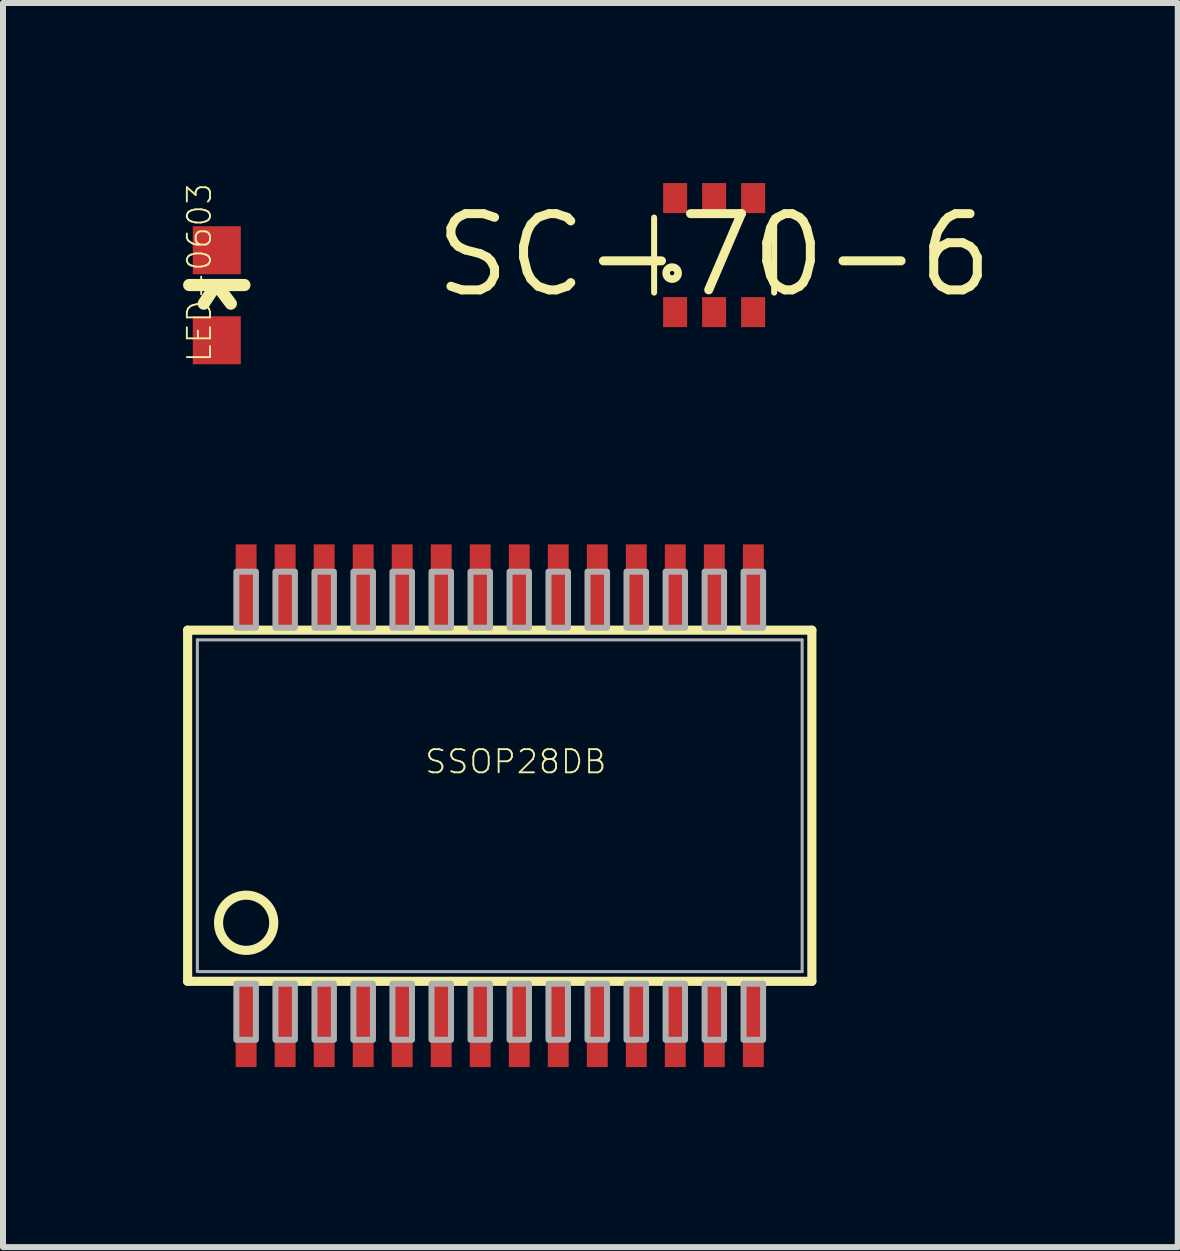
<source format=kicad_pcb>
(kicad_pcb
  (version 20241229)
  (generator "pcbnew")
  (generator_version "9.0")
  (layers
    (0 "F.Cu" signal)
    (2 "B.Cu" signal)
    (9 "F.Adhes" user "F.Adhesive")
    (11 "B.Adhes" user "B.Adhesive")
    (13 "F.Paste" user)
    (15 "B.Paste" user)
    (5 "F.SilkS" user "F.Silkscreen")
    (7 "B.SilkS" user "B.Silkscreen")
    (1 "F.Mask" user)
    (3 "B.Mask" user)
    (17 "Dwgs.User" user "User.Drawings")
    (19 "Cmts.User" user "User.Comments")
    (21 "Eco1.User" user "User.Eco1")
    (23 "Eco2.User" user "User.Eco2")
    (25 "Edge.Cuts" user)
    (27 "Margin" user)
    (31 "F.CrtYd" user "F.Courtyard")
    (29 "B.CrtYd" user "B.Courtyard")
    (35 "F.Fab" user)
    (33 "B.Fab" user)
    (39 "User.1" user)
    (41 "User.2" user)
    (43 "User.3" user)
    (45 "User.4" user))
  (footprint "SSOP28DB"
    (layer "F.Cu")
    (at 5.276 10.374)
    (property "Reference" "SSOP28DB" (at -1.27 -0.508 0) (layer "F.SilkS") (effects (font (size 0.386 0.386) (thickness 0.031)) (justify left bottom)))
    (attr through_hole)
    (fp_line (start -5.2 -2.925) (end 5.2 -2.925) (stroke (width 0.152) (type solid)) (layer "F.SilkS"))
    (fp_line (start -5.2 2.925) (end -5.2 -2.925) (stroke (width 0.152) (type solid)) (layer "F.SilkS"))
    (fp_line (start 5.2 -2.925) (end 5.2 2.925) (stroke (width 0.152) (type solid)) (layer "F.SilkS"))
    (fp_line (start 5.2 2.925) (end -5.2 2.925) (stroke (width 0.152) (type solid)) (layer "F.SilkS"))
    (fp_circle (center -4.225 1.95) (end -3.765 1.95) (stroke (width 0.152) (type solid)) (fill no) (layer "F.SilkS"))
    (fp_line (start -5.038 -2.763) (end 5.038 -2.763) (stroke (width 0.051) (type solid)) (layer "F.Fab"))
    (fp_line (start -5.038 2.763) (end -5.038 -2.763) (stroke (width 0.051) (type solid)) (layer "F.Fab"))
    (fp_line (start 5.038 -2.763) (end 5.038 2.763) (stroke (width 0.051) (type solid)) (layer "F.Fab"))
    (fp_line (start 5.038 2.763) (end -5.038 2.763) (stroke (width 0.051) (type solid)) (layer "F.Fab"))
    (fp_poly (pts (xy -4.388 -2.966) (xy -4.062 -2.966) (xy -4.062 -3.9) (xy -4.388 -3.9)) (stroke (width 0.1) (type solid)) (fill no) (layer "F.Fab"))
    (fp_poly (pts (xy -4.388 3.9) (xy -4.062 3.9) (xy -4.062 2.966) (xy -4.388 2.966)) (stroke (width 0.1) (type solid)) (fill no) (layer "F.Fab"))
    (fp_poly (pts (xy -3.737 -2.966) (xy -3.413 -2.966) (xy -3.413 -3.9) (xy -3.737 -3.9)) (stroke (width 0.1) (type solid)) (fill no) (layer "F.Fab"))
    (fp_poly (pts (xy -3.737 3.9) (xy -3.413 3.9) (xy -3.413 2.966) (xy -3.737 2.966)) (stroke (width 0.1) (type solid)) (fill no) (layer "F.Fab"))
    (fp_poly (pts (xy -3.087 -2.966) (xy -2.763 -2.966) (xy -2.763 -3.9) (xy -3.087 -3.9)) (stroke (width 0.1) (type solid)) (fill no) (layer "F.Fab"))
    (fp_poly (pts (xy -3.087 3.9) (xy -2.763 3.9) (xy -2.763 2.966) (xy -3.087 2.966)) (stroke (width 0.1) (type solid)) (fill no) (layer "F.Fab"))
    (fp_poly (pts (xy -2.438 -2.966) (xy -2.112 -2.966) (xy -2.112 -3.9) (xy -2.438 -3.9)) (stroke (width 0.1) (type solid)) (fill no) (layer "F.Fab"))
    (fp_poly (pts (xy -2.438 3.9) (xy -2.112 3.9) (xy -2.112 2.966) (xy -2.438 2.966)) (stroke (width 0.1) (type solid)) (fill no) (layer "F.Fab"))
    (fp_poly (pts (xy -1.788 -2.966) (xy -1.462 -2.966) (xy -1.462 -3.9) (xy -1.788 -3.9)) (stroke (width 0.1) (type solid)) (fill no) (layer "F.Fab"))
    (fp_poly (pts (xy -1.788 3.9) (xy -1.462 3.9) (xy -1.462 2.966) (xy -1.788 2.966)) (stroke (width 0.1) (type solid)) (fill no) (layer "F.Fab"))
    (fp_poly (pts (xy -1.137 -2.966) (xy -0.812 -2.966) (xy -0.812 -3.9) (xy -1.137 -3.9)) (stroke (width 0.1) (type solid)) (fill no) (layer "F.Fab"))
    (fp_poly (pts (xy -1.137 3.9) (xy -0.812 3.9) (xy -0.812 2.966) (xy -1.137 2.966)) (stroke (width 0.1) (type solid)) (fill no) (layer "F.Fab"))
    (fp_poly (pts (xy -0.487 -2.966) (xy -0.163 -2.966) (xy -0.163 -3.9) (xy -0.487 -3.9)) (stroke (width 0.1) (type solid)) (fill no) (layer "F.Fab"))
    (fp_poly (pts (xy -0.487 3.9) (xy -0.163 3.9) (xy -0.163 2.966) (xy -0.487 2.966)) (stroke (width 0.1) (type solid)) (fill no) (layer "F.Fab"))
    (fp_poly (pts (xy 0.163 -2.966) (xy 0.487 -2.966) (xy 0.487 -3.9) (xy 0.163 -3.9)) (stroke (width 0.1) (type solid)) (fill no) (layer "F.Fab"))
    (fp_poly (pts (xy 0.163 3.9) (xy 0.487 3.9) (xy 0.487 2.966) (xy 0.163 2.966)) (stroke (width 0.1) (type solid)) (fill no) (layer "F.Fab"))
    (fp_poly (pts (xy 0.812 -2.966) (xy 1.137 -2.966) (xy 1.137 -3.9) (xy 0.812 -3.9)) (stroke (width 0.1) (type solid)) (fill no) (layer "F.Fab"))
    (fp_poly (pts (xy 0.812 3.9) (xy 1.137 3.9) (xy 1.137 2.966) (xy 0.812 2.966)) (stroke (width 0.1) (type solid)) (fill no) (layer "F.Fab"))
    (fp_poly (pts (xy 1.462 -2.966) (xy 1.788 -2.966) (xy 1.788 -3.9) (xy 1.462 -3.9)) (stroke (width 0.1) (type solid)) (fill no) (layer "F.Fab"))
    (fp_poly (pts (xy 1.462 3.9) (xy 1.788 3.9) (xy 1.788 2.966) (xy 1.462 2.966)) (stroke (width 0.1) (type solid)) (fill no) (layer "F.Fab"))
    (fp_poly (pts (xy 2.112 -2.966) (xy 2.438 -2.966) (xy 2.438 -3.9) (xy 2.112 -3.9)) (stroke (width 0.1) (type solid)) (fill no) (layer "F.Fab"))
    (fp_poly (pts (xy 2.112 3.9) (xy 2.438 3.9) (xy 2.438 2.966) (xy 2.112 2.966)) (stroke (width 0.1) (type solid)) (fill no) (layer "F.Fab"))
    (fp_poly (pts (xy 2.763 -2.966) (xy 3.087 -2.966) (xy 3.087 -3.9) (xy 2.763 -3.9)) (stroke (width 0.1) (type solid)) (fill no) (layer "F.Fab"))
    (fp_poly (pts (xy 2.763 3.9) (xy 3.087 3.9) (xy 3.087 2.966) (xy 2.763 2.966)) (stroke (width 0.1) (type solid)) (fill no) (layer "F.Fab"))
    (fp_poly (pts (xy 3.413 -2.966) (xy 3.737 -2.966) (xy 3.737 -3.9) (xy 3.413 -3.9)) (stroke (width 0.1) (type solid)) (fill no) (layer "F.Fab"))
    (fp_poly (pts (xy 3.413 3.9) (xy 3.737 3.9) (xy 3.737 2.966) (xy 3.413 2.966)) (stroke (width 0.1) (type solid)) (fill no) (layer "F.Fab"))
    (fp_poly (pts (xy 4.062 -2.966) (xy 4.388 -2.966) (xy 4.388 -3.9) (xy 4.062 -3.9)) (stroke (width 0.1) (type solid)) (fill no) (layer "F.Fab"))
    (fp_poly (pts (xy 4.062 3.9) (xy 4.388 3.9) (xy 4.388 2.966) (xy 4.062 2.966)) (stroke (width 0.1) (type solid)) (fill no) (layer "F.Fab"))
    (pad "1" smd rect (at -4.225 3.656) (size 0.348 1.397) (layers "F.Cu" "F.Mask" "F.Paste"))
    (pad "2" smd rect (at -3.575 3.656) (size 0.348 1.397) (layers "F.Cu" "F.Mask" "F.Paste"))
    (pad "3" smd rect (at -2.925 3.656) (size 0.348 1.397) (layers "F.Cu" "F.Mask" "F.Paste"))
    (pad "4" smd rect (at -2.275 3.656) (size 0.348 1.397) (layers "F.Cu" "F.Mask" "F.Paste"))
    (pad "5" smd rect (at -1.625 3.656) (size 0.348 1.397) (layers "F.Cu" "F.Mask" "F.Paste"))
    (pad "6" smd rect (at -0.975 3.656) (size 0.348 1.397) (layers "F.Cu" "F.Mask" "F.Paste"))
    (pad "7" smd rect (at -0.325 3.656) (size 0.348 1.397) (layers "F.Cu" "F.Mask" "F.Paste"))
    (pad "8" smd rect (at 0.325 3.656) (size 0.348 1.397) (layers "F.Cu" "F.Mask" "F.Paste"))
    (pad "9" smd rect (at 0.975 3.656) (size 0.348 1.397) (layers "F.Cu" "F.Mask" "F.Paste"))
    (pad "10" smd rect (at 1.625 3.656) (size 0.348 1.397) (layers "F.Cu" "F.Mask" "F.Paste"))
    (pad "11" smd rect (at 2.275 3.656) (size 0.348 1.397) (layers "F.Cu" "F.Mask" "F.Paste"))
    (pad "12" smd rect (at 2.925 3.656) (size 0.348 1.397) (layers "F.Cu" "F.Mask" "F.Paste"))
    (pad "13" smd rect (at 3.575 3.656) (size 0.348 1.397) (layers "F.Cu" "F.Mask" "F.Paste"))
    (pad "14" smd rect (at 4.225 3.656) (size 0.348 1.397) (layers "F.Cu" "F.Mask" "F.Paste"))
    (pad "15" smd rect (at 4.225 -3.656) (size 0.348 1.397) (layers "F.Cu" "F.Mask" "F.Paste"))
    (pad "16" smd rect (at 3.575 -3.656) (size 0.348 1.397) (layers "F.Cu" "F.Mask" "F.Paste"))
    (pad "17" smd rect (at 2.925 -3.656) (size 0.348 1.397) (layers "F.Cu" "F.Mask" "F.Paste"))
    (pad "18" smd rect (at 2.275 -3.656) (size 0.348 1.397) (layers "F.Cu" "F.Mask" "F.Paste"))
    (pad "19" smd rect (at 1.625 -3.656) (size 0.348 1.397) (layers "F.Cu" "F.Mask" "F.Paste"))
    (pad "20" smd rect (at 0.975 -3.656) (size 0.348 1.397) (layers "F.Cu" "F.Mask" "F.Paste"))
    (pad "21" smd rect (at 0.325 -3.656) (size 0.348 1.397) (layers "F.Cu" "F.Mask" "F.Paste"))
    (pad "22" smd rect (at -0.325 -3.656) (size 0.348 1.397) (layers "F.Cu" "F.Mask" "F.Paste"))
    (pad "23" smd rect (at -0.975 -3.656) (size 0.348 1.397) (layers "F.Cu" "F.Mask" "F.Paste"))
    (pad "24" smd rect (at -1.625 -3.656) (size 0.348 1.397) (layers "F.Cu" "F.Mask" "F.Paste"))
    (pad "25" smd rect (at -2.275 -3.656) (size 0.348 1.397) (layers "F.Cu" "F.Mask" "F.Paste"))
    (pad "26" smd rect (at -2.925 -3.656) (size 0.348 1.397) (layers "F.Cu" "F.Mask" "F.Paste"))
    (pad "27" smd rect (at -3.575 -3.656) (size 0.348 1.397) (layers "F.Cu" "F.Mask" "F.Paste"))
    (pad "28" smd rect (at -4.225 -3.656) (size 0.348 1.397) (layers "F.Cu" "F.Mask" "F.Paste")))
  (footprint "LED-0603"
    (layer "F.Cu")
    (at 0.562 1.869)
    (property "Reference" "LED-0603" (at -0.064 1.143 90) (layer "F.SilkS") (effects (font (size 0.386 0.386) (thickness 0.031)) (justify left bottom)))
    (attr through_hole)
    (fp_line (start -0.46 -0.17) (end 0 -0.17) (stroke (width 0.203) (type solid)) (layer "F.SilkS"))
    (fp_line (start -0.025 -0.155) (end -0.218 0.14) (stroke (width 0.203) (type solid)) (layer "F.SilkS"))
    (fp_line (start 0 -0.17) (end 0.234 0.14) (stroke (width 0.203) (type solid)) (layer "F.SilkS"))
    (fp_line (start 0.46 -0.17) (end 0 -0.17) (stroke (width 0.203) (type solid)) (layer "F.SilkS"))
    (pad "A" smd rect (at 0 0.75) (size 0.8 0.8) (layers "F.Cu" "F.Mask" "F.Paste"))
    (pad "C" smd rect (at 0 -0.75) (size 0.8 0.8) (layers "F.Cu" "F.Mask" "F.Paste")))
  (footprint "SC-70-6"
    (layer "F.Cu")
    (at 8.848 1.2)
    (property "Reference" "SC-70-6" (at 0 0 0) (layer "F.SilkS") (effects (font (size 1.27 1.27) (thickness 0.15))))
    (attr through_hole)
    (fp_line (start -1 -0.625) (end -1 0.625) (stroke (width 0.1) (type solid)) (layer "F.SilkS"))
    (fp_line (start 1 -0.625) (end 1 0.625) (stroke (width 0.1) (type solid)) (layer "F.SilkS"))
    (fp_circle (center -0.7 0.3) (end -0.6 0.3) (stroke (width 0.127) (type solid)) (fill no) (layer "F.SilkS"))
    (pad "1" smd rect (at -0.65 0.95) (size 0.4 0.5) (layers "F.Cu" "F.Mask" "F.Paste"))
    (pad "2" smd rect (at 0 0.95) (size 0.4 0.5) (layers "F.Cu" "F.Mask" "F.Paste"))
    (pad "3" smd rect (at 0.65 0.95) (size 0.4 0.5) (layers "F.Cu" "F.Mask" "F.Paste"))
    (pad "4" smd rect (at 0.65 -0.95) (size 0.4 0.5) (layers "F.Cu" "F.Mask" "F.Paste"))
    (pad "5" smd rect (at 0 -0.95) (size 0.4 0.5) (layers "F.Cu" "F.Mask" "F.Paste"))
    (pad "6" smd rect (at -0.65 -0.95) (size 0.4 0.5) (layers "F.Cu" "F.Mask" "F.Paste")))
  (gr_rect
    (start -3 -3)
    (end 16.572 17.728)
    (stroke (width 0.1) (type default))
    (fill no)
    (layer "Edge.Cuts")))
</source>
